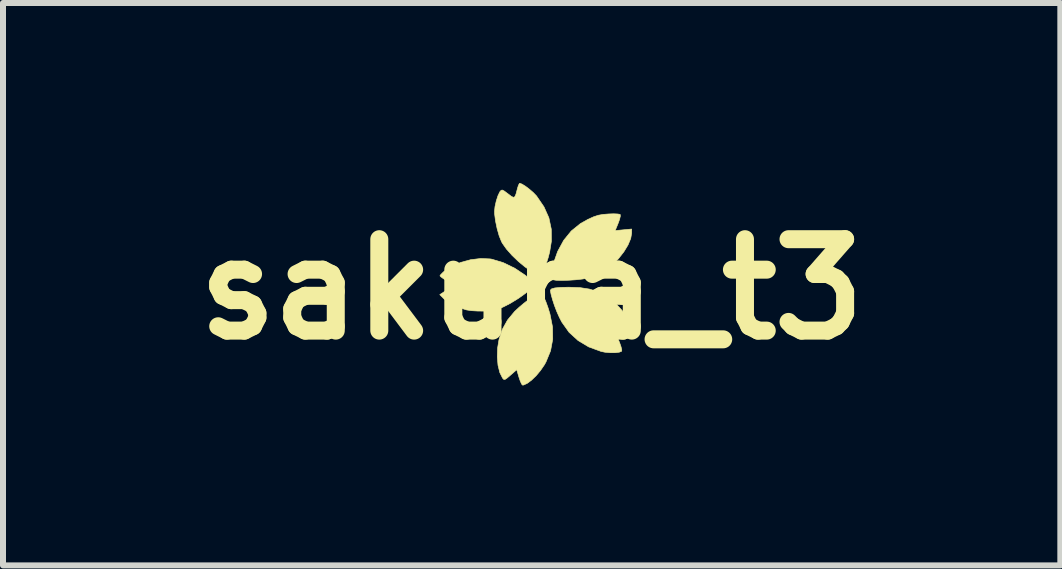
<source format=kicad_pcb>
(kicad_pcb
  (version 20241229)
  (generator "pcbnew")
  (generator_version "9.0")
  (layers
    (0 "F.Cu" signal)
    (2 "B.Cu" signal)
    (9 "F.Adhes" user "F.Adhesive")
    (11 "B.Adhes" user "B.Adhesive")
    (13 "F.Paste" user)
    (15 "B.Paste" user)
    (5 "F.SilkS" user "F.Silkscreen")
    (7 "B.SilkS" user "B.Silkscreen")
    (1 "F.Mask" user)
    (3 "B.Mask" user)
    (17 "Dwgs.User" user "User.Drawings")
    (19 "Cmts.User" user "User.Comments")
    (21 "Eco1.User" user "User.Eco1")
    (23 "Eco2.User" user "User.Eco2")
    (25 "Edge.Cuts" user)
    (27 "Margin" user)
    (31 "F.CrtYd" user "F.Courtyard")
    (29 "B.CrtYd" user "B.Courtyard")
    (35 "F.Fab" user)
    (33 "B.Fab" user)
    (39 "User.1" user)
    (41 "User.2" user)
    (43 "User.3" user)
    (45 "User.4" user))
  (footprint "sakura_t3"
    (layer "F.Cu")
    (at 6.163 1.622)
    (property "Reference" "sakura_t3" (at -0.35 0.15 0) (layer "F.SilkS") (effects (font (size 1.524 1.524) (thickness 0.3))))
    (attr through_hole)
    (fp_poly (pts (xy -1.043 -0.356) (xy -1.013 -0.351) (xy -0.822 -0.293) (xy -0.631 -0.2) (xy -0.451 -0.08) (xy -0.377 -0.017) (xy -0.29 0.062) (xy -0.36 0.135) (xy -0.452 0.217) (xy -0.572 0.303) (xy -0.706 0.385) (xy -0.817 0.442) (xy -0.897 0.477) (xy -0.967 0.497) (xy -1.045 0.509) (xy -1.147 0.514) (xy -1.149 0.514) (xy -1.252 0.513) (xy -1.353 0.507) (xy -1.433 0.495) (xy -1.445 0.492) (xy -1.608 0.438) (xy -1.739 0.369) (xy -1.812 0.31) (xy -1.882 0.24) (xy -1.763 0.161) (xy -1.645 0.082) (xy -1.762 0.011) (xy -1.822 -0.027) (xy -1.864 -0.058) (xy -1.879 -0.075) (xy -1.864 -0.096) (xy -1.827 -0.133) (xy -1.81 -0.148) (xy -1.684 -0.231) (xy -1.532 -0.298) (xy -1.365 -0.343) (xy -1.198 -0.363) (xy -1.043 -0.356)) (stroke (width 0.01) (type solid)) (fill yes) (layer "F.SilkS"))
    (fp_poly (pts (xy 0.457 0.123) (xy 0.613 0.147) (xy 0.75 0.19) (xy 0.838 0.231) (xy 0.952 0.304) (xy 1.062 0.399) (xy 1.161 0.508) (xy 1.243 0.622) (xy 1.303 0.734) (xy 1.335 0.837) (xy 1.338 0.876) (xy 1.338 0.949) (xy 1.067 0.92) (xy 1.117 1.043) (xy 1.14 1.11) (xy 1.152 1.16) (xy 1.15 1.183) (xy 1.111 1.199) (xy 1.043 1.208) (xy 0.96 1.208) (xy 0.873 1.2) (xy 0.809 1.187) (xy 0.601 1.111) (xy 0.423 1.004) (xy 0.273 0.867) (xy 0.153 0.698) (xy 0.113 0.621) (xy 0.07 0.525) (xy 0.03 0.421) (xy -0.003 0.32) (xy -0.027 0.232) (xy -0.038 0.171) (xy -0.038 0.165) (xy -0.019 0.144) (xy 0.036 0.128) (xy 0.13 0.119) (xy 0.265 0.116) (xy 0.272 0.116) (xy 0.457 0.123)) (stroke (width 0.01) (type solid)) (fill yes) (layer "F.SilkS"))
    (fp_poly (pts (xy 1.082 -1.105) (xy 1.121 -1.099) (xy 1.126 -1.096) (xy 1.128 -1.068) (xy 1.115 -1.014) (xy 1.093 -0.953) (xy 1.042 -0.828) (xy 1.18 -0.841) (xy 1.317 -0.854) (xy 1.317 -0.786) (xy 1.301 -0.695) (xy 1.256 -0.588) (xy 1.186 -0.473) (xy 1.098 -0.361) (xy 1.047 -0.306) (xy 0.899 -0.179) (xy 0.743 -0.09) (xy 0.576 -0.034) (xy 0.494 -0.02) (xy 0.386 -0.008) (xy 0.268 -0.00032) (xy 0.156 0.003) (xy 0.064 0.001) (xy 0.042 -0.002) (xy -0.001 -0.01) (xy -0.027 -0.027) (xy -0.037 -0.061) (xy -0.031 -0.117) (xy -0.01 -0.203) (xy 0.005 -0.259) (xy 0.083 -0.48) (xy 0.184 -0.666) (xy 0.31 -0.821) (xy 0.463 -0.945) (xy 0.588 -1.015) (xy 0.683 -1.058) (xy 0.762 -1.084) (xy 0.842 -1.098) (xy 0.932 -1.105) (xy 1.015 -1.108) (xy 1.082 -1.105)) (stroke (width 0.01) (type solid)) (fill yes) (layer "F.SilkS"))
    (fp_poly (pts (xy -0.181 0.222) (xy -0.15 0.275) (xy -0.115 0.353) (xy -0.08 0.449) (xy -0.047 0.556) (xy -0.045 0.563) (xy -0.002 0.78) (xy 0.001 0.983) (xy -0.035 1.176) (xy -0.111 1.361) (xy -0.136 1.407) (xy -0.201 1.502) (xy -0.275 1.591) (xy -0.353 1.666) (xy -0.426 1.72) (xy -0.487 1.747) (xy -0.502 1.748) (xy -0.518 1.73) (xy -0.54 1.681) (xy -0.561 1.619) (xy -0.599 1.491) (xy -0.702 1.581) (xy -0.758 1.629) (xy -0.792 1.652) (xy -0.813 1.654) (xy -0.83 1.637) (xy -0.835 1.631) (xy -0.881 1.539) (xy -0.911 1.418) (xy -0.923 1.279) (xy -0.918 1.13) (xy -0.895 0.991) (xy -0.838 0.817) (xy -0.753 0.664) (xy -0.634 0.52) (xy -0.621 0.508) (xy -0.556 0.448) (xy -0.479 0.383) (xy -0.398 0.321) (xy -0.321 0.266) (xy -0.256 0.225) (xy -0.212 0.205) (xy -0.204 0.203) (xy -0.181 0.222)) (stroke (width 0.01) (type solid)) (fill yes) (layer "F.SilkS"))
    (fp_poly (pts (xy -0.511 -1.603) (xy -0.454 -1.568) (xy -0.388 -1.518) (xy -0.323 -1.462) (xy -0.272 -1.409) (xy -0.267 -1.403) (xy -0.145 -1.224) (xy -0.063 -1.041) (xy -0.023 -0.852) (xy -0.021 -0.652) (xy -0.05 -0.472) (xy -0.074 -0.379) (xy -0.104 -0.285) (xy -0.135 -0.199) (xy -0.165 -0.129) (xy -0.19 -0.087) (xy -0.2 -0.078) (xy -0.226 -0.085) (xy -0.277 -0.109) (xy -0.344 -0.145) (xy -0.355 -0.151) (xy -0.462 -0.223) (xy -0.573 -0.315) (xy -0.679 -0.417) (xy -0.77 -0.52) (xy -0.837 -0.615) (xy -0.851 -0.64) (xy -0.891 -0.738) (xy -0.926 -0.861) (xy -0.953 -0.99) (xy -0.968 -1.109) (xy -0.969 -1.15) (xy -0.961 -1.23) (xy -0.94 -1.322) (xy -0.912 -1.409) (xy -0.881 -1.474) (xy -0.877 -1.479) (xy -0.858 -1.5) (xy -0.838 -1.504) (xy -0.807 -1.488) (xy -0.755 -1.449) (xy -0.744 -1.441) (xy -0.689 -1.399) (xy -0.654 -1.382) (xy -0.631 -1.392) (xy -0.612 -1.435) (xy -0.591 -1.514) (xy -0.588 -1.527) (xy -0.571 -1.582) (xy -0.554 -1.614) (xy -0.549 -1.617) (xy -0.511 -1.603)) (stroke (width 0.01) (type solid)) (fill yes) (layer "F.SilkS")))
  (gr_rect
    (start -3 -3)
    (end 14.626 6.375)
    (stroke (width 0.1) (type default))
    (fill no)
    (layer "Edge.Cuts")))
</source>
